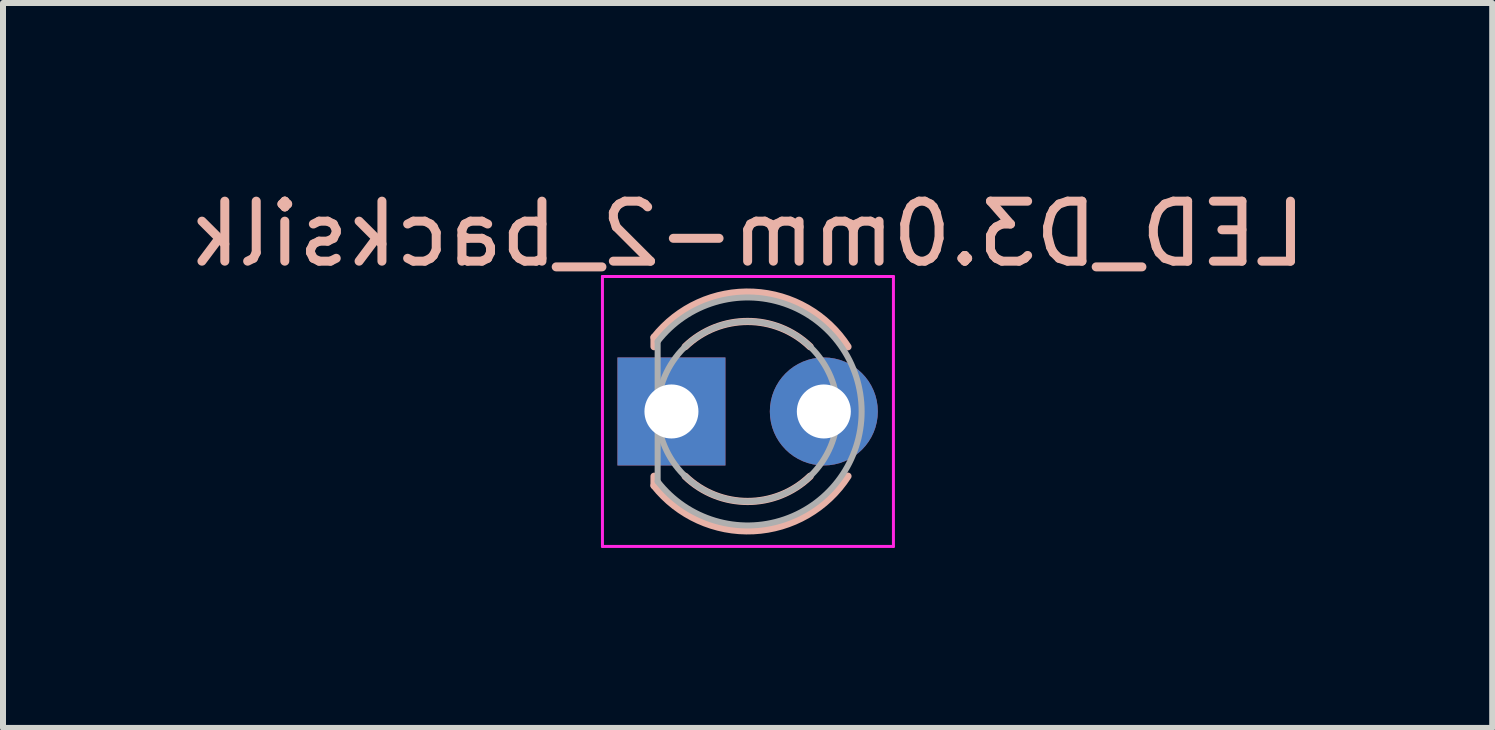
<source format=kicad_pcb>
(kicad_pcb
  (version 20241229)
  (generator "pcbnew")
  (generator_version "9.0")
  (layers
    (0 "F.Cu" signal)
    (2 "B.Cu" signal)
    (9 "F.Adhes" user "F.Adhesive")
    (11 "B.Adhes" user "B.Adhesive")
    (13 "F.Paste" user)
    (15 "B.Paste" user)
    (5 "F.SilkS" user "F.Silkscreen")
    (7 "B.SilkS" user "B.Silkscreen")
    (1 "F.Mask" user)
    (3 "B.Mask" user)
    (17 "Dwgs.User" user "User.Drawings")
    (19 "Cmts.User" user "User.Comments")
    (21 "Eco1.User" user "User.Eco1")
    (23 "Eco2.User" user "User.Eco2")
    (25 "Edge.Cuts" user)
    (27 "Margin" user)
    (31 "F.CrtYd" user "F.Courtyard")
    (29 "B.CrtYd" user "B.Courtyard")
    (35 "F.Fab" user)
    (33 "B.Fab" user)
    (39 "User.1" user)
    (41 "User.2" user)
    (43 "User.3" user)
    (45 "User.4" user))
  (footprint "LED_D3.0mm-2_backsilk"
    (layer "F.Cu")
    (at 8.141 3.808)
    (property "Reference" "LED_D3.0mm-2_backsilk" (at 1.27 -2.96 0) (layer "B.SilkS") (effects (font (size 1 1) (thickness 0.15)) (justify mirror)))
    (attr through_hole)
    (fp_line (start -0.29 -1.236) (end -0.29 -1.08) (stroke (width 0.12) (type solid)) (layer "B.SilkS"))
    (fp_line (start -0.29 1.08) (end -0.29 1.236) (stroke (width 0.12) (type solid)) (layer "B.SilkS"))
    (fp_arc (start -0.29 -1.235516) (mid 1.366487 -1.987659) (end 2.942335 -1.078608) (stroke (width 0.12) (type solid)) (layer "B.SilkS"))
    (fp_arc (start 0.229039 -1.08) (mid 1.270117 -1.5) (end 2.31113 -1.079837) (stroke (width 0.12) (type solid)) (layer "B.SilkS"))
    (fp_arc (start 2.31113 1.079837) (mid 1.270117 1.5) (end 0.229039 1.08) (stroke (width 0.12) (type solid)) (layer "B.SilkS"))
    (fp_arc (start 2.942335 1.078608) (mid 1.366487 1.987659) (end -0.29 1.235516) (stroke (width 0.12) (type solid)) (layer "B.SilkS"))
    (fp_line (start -1.15 -2.25) (end -1.15 2.25) (stroke (width 0.05) (type solid)) (layer "F.CrtYd"))
    (fp_line (start -1.15 2.25) (end 3.7 2.25) (stroke (width 0.05) (type solid)) (layer "F.CrtYd"))
    (fp_line (start 3.7 -2.25) (end -1.15 -2.25) (stroke (width 0.05) (type solid)) (layer "F.CrtYd"))
    (fp_line (start 3.7 2.25) (end 3.7 -2.25) (stroke (width 0.05) (type solid)) (layer "F.CrtYd"))
    (fp_line (start -0.23 -1.166) (end -0.23 1.166) (stroke (width 0.1) (type solid)) (layer "F.Fab"))
    (fp_arc (start -0.23 -1.16619) (mid 3.17 0.000452) (end -0.230555 1.165476) (stroke (width 0.1) (type solid)) (layer "F.Fab"))
    (fp_circle (center 1.27 0) (end 2.77 0) (stroke (width 0.1) (type solid)) (fill no) (layer "F.Fab"))
    (pad "1" thru_hole rect (at 0 0) (size 1.8 1.8) (drill 0.9) (layers "*.Cu" "*.Mask"))
    (pad "2" thru_hole circle (at 2.54 0) (size 1.8 1.8) (drill 0.9) (layers "*.Cu" "*.Mask")))
  (gr_rect
    (start -3 -3)
    (end 21.821 9.083)
    (stroke (width 0.1) (type default))
    (fill no)
    (layer "Edge.Cuts")))
</source>
